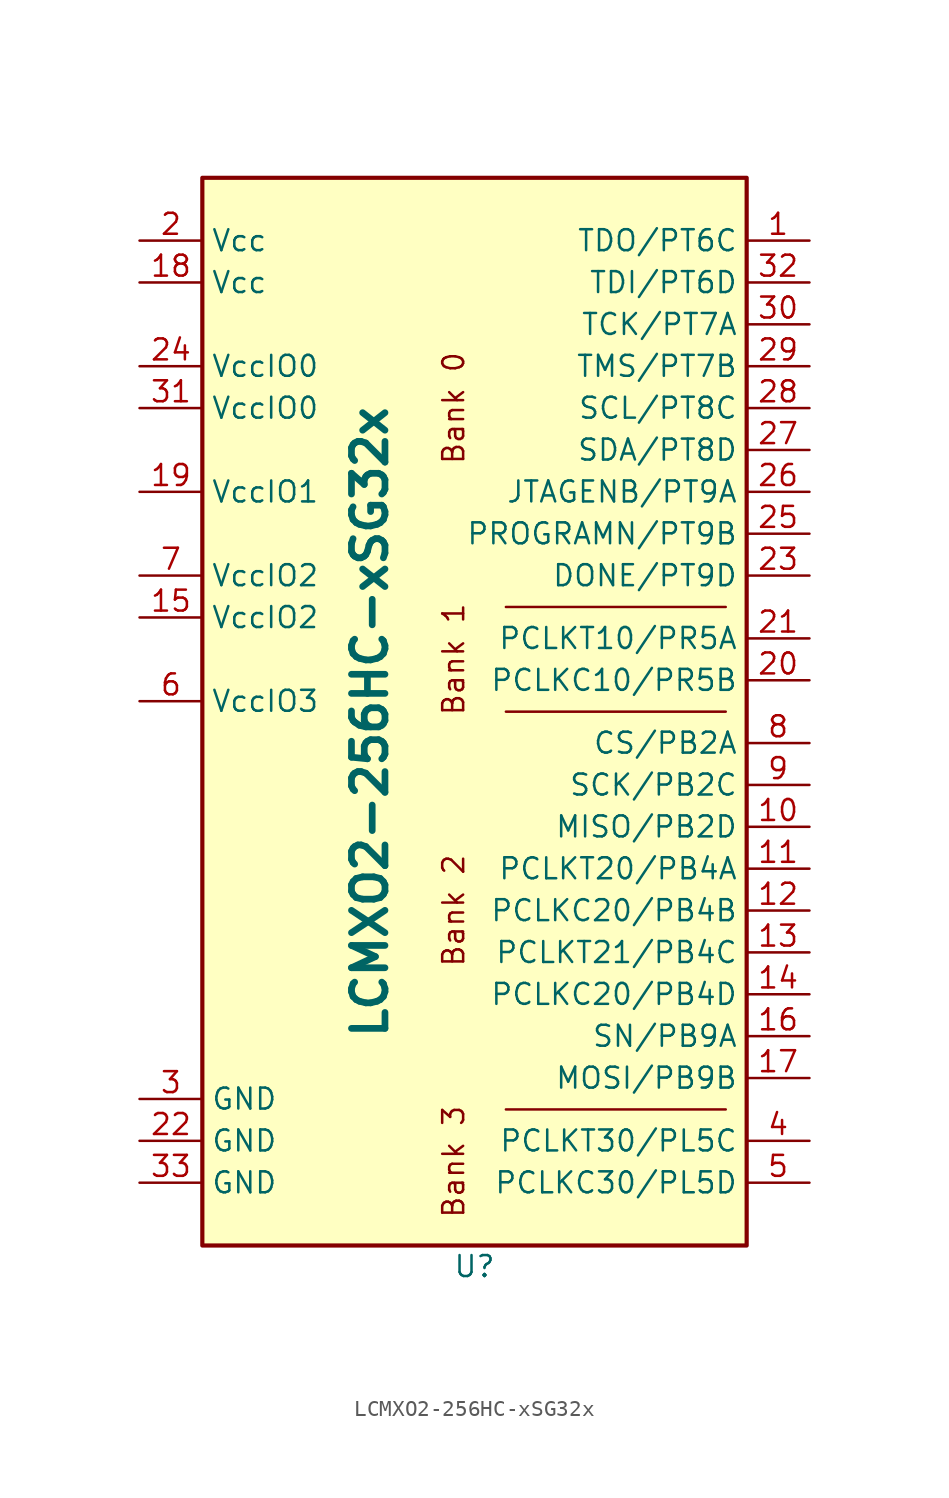
<source format=kicad_sym>
(kicad_symbol_lib
  (version 20231120)
  (generator "kicad_symbol_editor")
  (generator_version "8.0")
  (symbol "LCMXO2-256HC-xSG32x"
    (property "Reference" "U"
      (at 6.35 -33.02 0)
      (effects (font (size 1.27 1.27))))
    (property "Value" "LCMXO2-256HC-xSG32x"
      (at 0 0 90)
      (effects (font (size 2.032 2.032) (bold yes))))
    (symbol "LCMXO2-256HC-xSG32x_0_0"
      (text "Bank 0" (at 5.08 19.05 900) (effects (font (size 1.27 1.27))))
      (text "Bank 1" (at 5.08 3.81 900) (effects (font (size 1.27 1.27))))
      (text "Bank 2" (at 5.08 -11.43 900) (effects (font (size 1.27 1.27))))
      (text "Bank 3" (at 5.08 -26.67 900) (effects (font (size 1.27 1.27)))))
    (symbol "LCMXO2-256HC-xSG32x_0_1"
      (rectangle (start -10.16 33.02) (end 22.86 -31.75) (stroke (width 0.254) (type default)) (fill (type background)))
      (polyline (pts (xy 21.59 -23.495) (xy 8.255 -23.495)) (stroke (width 0.152) (type default)) (fill (type none)))
      (polyline (pts (xy 21.59 0.635) (xy 8.255 0.635)) (stroke (width 0.152) (type default)) (fill (type none)))
      (polyline (pts (xy 21.59 6.985) (xy 8.255 6.985)) (stroke (width 0.152) (type default)) (fill (type none))))
    (symbol "LCMXO2-256HC-xSG32x_1_1"
      (pin input line (at 26.67 29.21 180) (length 3.81) (name "TDO/PT6C" (effects (font (size 1.27 1.27)))) (number "1" (effects (font (size 1.27 1.27)))))
      (pin input line (at 26.67 -6.35 180) (length 3.81) (name "MISO/PB2D" (effects (font (size 1.27 1.27)))) (number "10" (effects (font (size 1.27 1.27)))))
      (pin input line (at 26.67 -8.89 180) (length 3.81) (name "PCLKT20/PB4A" (effects (font (size 1.27 1.27)))) (number "11" (effects (font (size 1.27 1.27)))))
      (pin input line (at 26.67 -11.43 180) (length 3.81) (name "PCLKC20/PB4B" (effects (font (size 1.27 1.27)))) (number "12" (effects (font (size 1.27 1.27)))))
      (pin input line (at 26.67 -13.97 180) (length 3.81) (name "PCLKT21/PB4C" (effects (font (size 1.27 1.27)))) (number "13" (effects (font (size 1.27 1.27)))))
      (pin input line (at 26.67 -16.51 180) (length 3.81) (name "PCLKC20/PB4D" (effects (font (size 1.27 1.27)))) (number "14" (effects (font (size 1.27 1.27)))))
      (pin input line (at -13.97 6.35 0) (length 3.81) (name "VccIO2" (effects (font (size 1.27 1.27)))) (number "15" (effects (font (size 1.27 1.27)))))
      (pin input line (at 26.67 -19.05 180) (length 3.81) (name "SN/PB9A" (effects (font (size 1.27 1.27)))) (number "16" (effects (font (size 1.27 1.27)))))
      (pin input line (at 26.67 -21.59 180) (length 3.81) (name "MOSI/PB9B" (effects (font (size 1.27 1.27)))) (number "17" (effects (font (size 1.27 1.27)))))
      (pin input line (at -13.97 26.67 0) (length 3.81) (name "Vcc" (effects (font (size 1.27 1.27)))) (number "18" (effects (font (size 1.27 1.27)))))
      (pin input line (at -13.97 13.97 0) (length 3.81) (name "VccIO1" (effects (font (size 1.27 1.27)))) (number "19" (effects (font (size 1.27 1.27)))))
      (pin input line (at -13.97 29.21 0) (length 3.81) (name "Vcc" (effects (font (size 1.27 1.27)))) (number "2" (effects (font (size 1.27 1.27)))))
      (pin input line (at 26.67 2.54 180) (length 3.81) (name "PCLKC10/PR5B" (effects (font (size 1.27 1.27)))) (number "20" (effects (font (size 1.27 1.27)))))
      (pin input line (at 26.67 5.08 180) (length 3.81) (name "PCLKT10/PR5A" (effects (font (size 1.27 1.27)))) (number "21" (effects (font (size 1.27 1.27)))))
      (pin input line (at -13.97 -25.4 0) (length 3.81) (name "GND" (effects (font (size 1.27 1.27)))) (number "22" (effects (font (size 1.27 1.27)))))
      (pin input line (at 26.67 8.89 180) (length 3.81) (name "DONE/PT9D" (effects (font (size 1.27 1.27)))) (number "23" (effects (font (size 1.27 1.27)))))
      (pin input line (at -13.97 21.59 0) (length 3.81) (name "VccIO0" (effects (font (size 1.27 1.27)))) (number "24" (effects (font (size 1.27 1.27)))))
      (pin input line (at 26.67 11.43 180) (length 3.81) (name "PROGRAMN/PT9B" (effects (font (size 1.27 1.27)))) (number "25" (effects (font (size 1.27 1.27)))))
      (pin input line (at 26.67 13.97 180) (length 3.81) (name "JTAGENB/PT9A" (effects (font (size 1.27 1.27)))) (number "26" (effects (font (size 1.27 1.27)))))
      (pin input line (at 26.67 16.51 180) (length 3.81) (name "SDA/PT8D" (effects (font (size 1.27 1.27)))) (number "27" (effects (font (size 1.27 1.27)))))
      (pin input line (at 26.67 19.05 180) (length 3.81) (name "SCL/PT8C" (effects (font (size 1.27 1.27)))) (number "28" (effects (font (size 1.27 1.27)))))
      (pin input line (at 26.67 21.59 180) (length 3.81) (name "TMS/PT7B" (effects (font (size 1.27 1.27)))) (number "29" (effects (font (size 1.27 1.27)))))
      (pin input line (at -13.97 -22.86 0) (length 3.81) (name "GND" (effects (font (size 1.27 1.27)))) (number "3" (effects (font (size 1.27 1.27)))))
      (pin input line (at 26.67 24.13 180) (length 3.81) (name "TCK/PT7A" (effects (font (size 1.27 1.27)))) (number "30" (effects (font (size 1.27 1.27)))))
      (pin input line (at -13.97 19.05 0) (length 3.81) (name "VccIO0" (effects (font (size 1.27 1.27)))) (number "31" (effects (font (size 1.27 1.27)))))
      (pin input line (at 26.67 26.67 180) (length 3.81) (name "TDI/PT6D" (effects (font (size 1.27 1.27)))) (number "32" (effects (font (size 1.27 1.27)))))
      (pin input line (at -13.97 -27.94 0) (length 3.81) (name "GND" (effects (font (size 1.27 1.27)))) (number "33" (effects (font (size 1.27 1.27)))))
      (pin input line (at 26.67 -25.4 180) (length 3.81) (name "PCLKT30/PL5C" (effects (font (size 1.27 1.27)))) (number "4" (effects (font (size 1.27 1.27)))))
      (pin input line (at 26.67 -27.94 180) (length 3.81) (name "PCLKC30/PL5D" (effects (font (size 1.27 1.27)))) (number "5" (effects (font (size 1.27 1.27)))))
      (pin input line (at -13.97 1.27 0) (length 3.81) (name "VccIO3" (effects (font (size 1.27 1.27)))) (number "6" (effects (font (size 1.27 1.27)))))
      (pin input line (at -13.97 8.89 0) (length 3.81) (name "VccIO2" (effects (font (size 1.27 1.27)))) (number "7" (effects (font (size 1.27 1.27)))))
      (pin input line (at 26.67 -1.27 180) (length 3.81) (name "CS/PB2A" (effects (font (size 1.27 1.27)))) (number "8" (effects (font (size 1.27 1.27)))))
      (pin input line (at 26.67 -3.81 180) (length 3.81) (name "SCK/PB2C" (effects (font (size 1.27 1.27)))) (number "9" (effects (font (size 1.27 1.27))))))))
</source>
